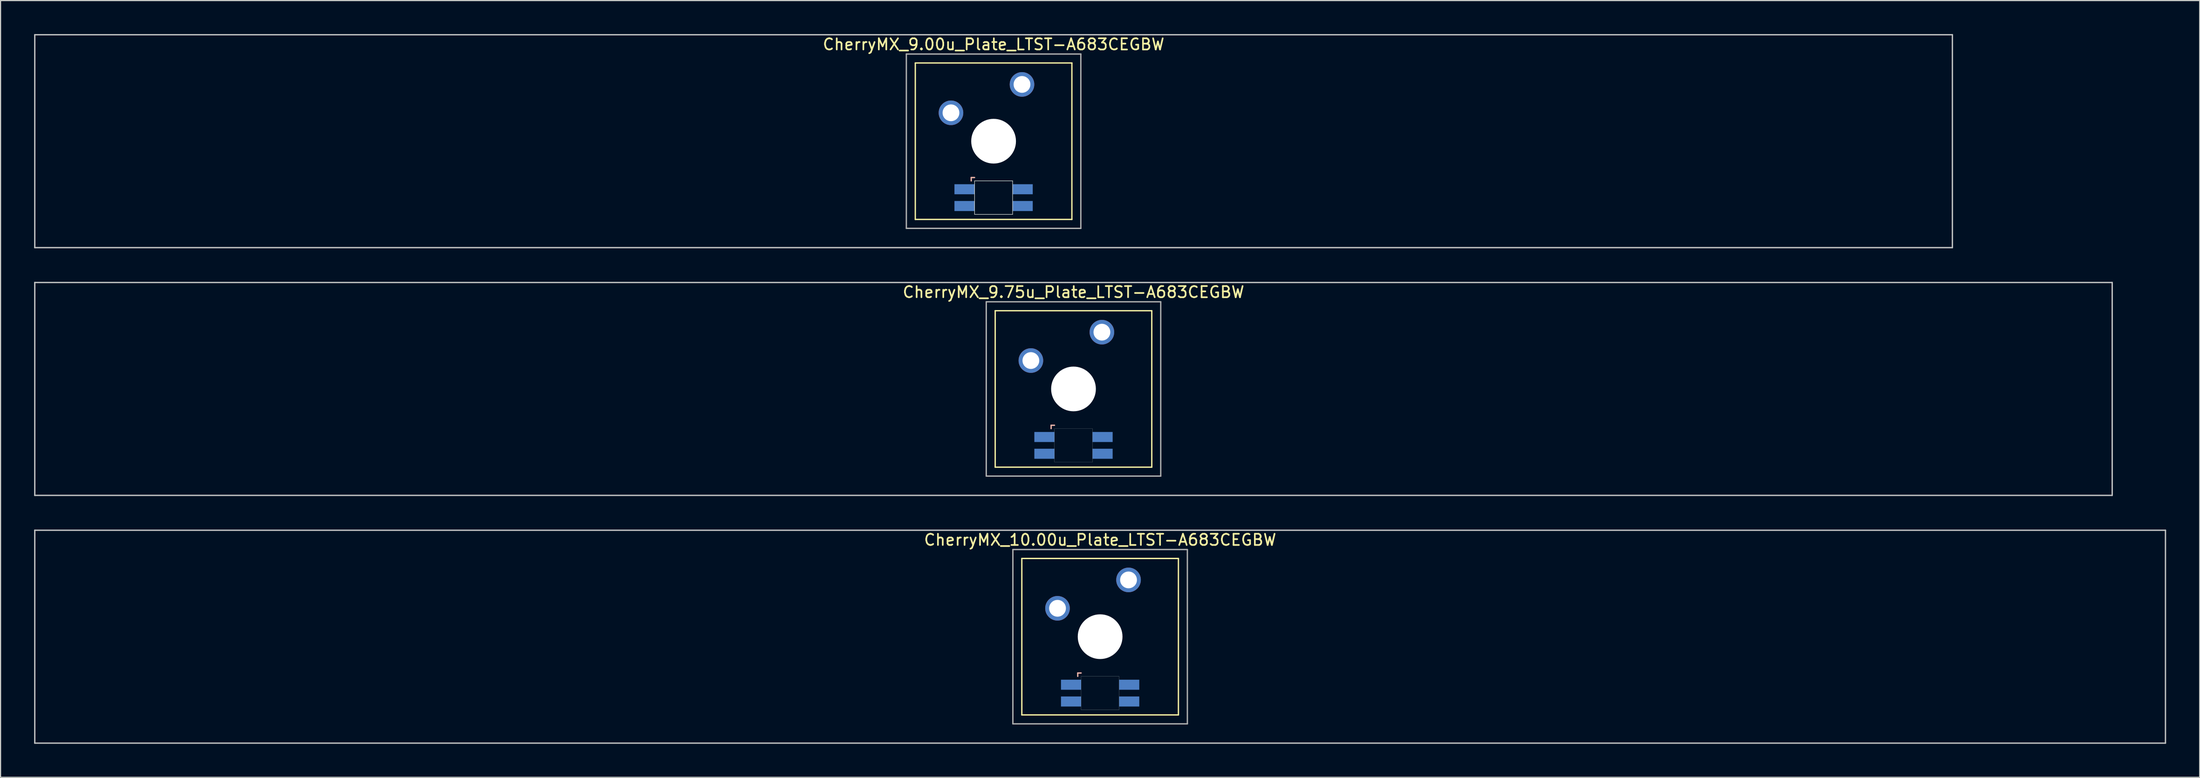
<source format=kicad_pcb>
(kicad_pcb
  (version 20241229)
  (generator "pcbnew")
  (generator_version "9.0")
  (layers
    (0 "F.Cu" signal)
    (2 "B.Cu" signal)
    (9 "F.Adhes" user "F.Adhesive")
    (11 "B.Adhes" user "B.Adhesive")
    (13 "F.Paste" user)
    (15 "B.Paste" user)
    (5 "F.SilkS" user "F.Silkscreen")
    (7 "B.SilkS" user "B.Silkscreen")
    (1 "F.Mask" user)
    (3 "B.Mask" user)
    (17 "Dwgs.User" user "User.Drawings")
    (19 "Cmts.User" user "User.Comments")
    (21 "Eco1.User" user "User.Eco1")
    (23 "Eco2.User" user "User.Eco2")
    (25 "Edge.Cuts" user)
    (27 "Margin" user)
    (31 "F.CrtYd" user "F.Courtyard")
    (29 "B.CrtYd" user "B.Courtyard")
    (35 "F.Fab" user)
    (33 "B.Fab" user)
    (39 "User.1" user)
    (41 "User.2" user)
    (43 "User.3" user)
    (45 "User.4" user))
  (footprint "CherryMX_9.75u_Plate_LTST-A683CEGBW"
    (layer "F.Cu")
    (at 92.929 31.755)
    (property "Reference" "CherryMX_9.75u_Plate_LTST-A683CEGBW" (at 0 -8.662 0) (layer "F.SilkS") (effects (font (size 1 1) (thickness 0.15))))
    (attr through_hole)
    (fp_line (start -7 -7) (end -7 7) (stroke (width 0.12) (type solid)) (layer "F.SilkS"))
    (fp_line (start -7 -7) (end 7 -7) (stroke (width 0.12) (type solid)) (layer "F.SilkS"))
    (fp_line (start 7 -7) (end 7 7) (stroke (width 0.12) (type solid)) (layer "F.SilkS"))
    (fp_line (start 7 7) (end -7 7) (stroke (width 0.12) (type solid)) (layer "F.SilkS"))
    (fp_line (start -2 3.25) (end -2 3.55) (stroke (width 0.12) (type solid)) (layer "B.SilkS"))
    (fp_line (start -1.7 3.25) (end -2 3.25) (stroke (width 0.12) (type solid)) (layer "B.SilkS"))
    (fp_line (start -92.869 -9.525) (end 92.869 -9.525) (stroke (width 0.12) (type solid)) (layer "Dwgs.User"))
    (fp_line (start -92.869 9.525) (end -92.869 -9.525) (stroke (width 0.12) (type solid)) (layer "Dwgs.User"))
    (fp_line (start 92.869 -9.525) (end 92.869 9.525) (stroke (width 0.12) (type solid)) (layer "Dwgs.User"))
    (fp_line (start 92.869 9.525) (end -92.869 9.525) (stroke (width 0.12) (type solid)) (layer "Dwgs.User"))
    (fp_poly (pts (xy 1.7 6.55) (xy -1.7 6.55) (xy -1.7 3.55) (xy 1.7 3.55)) (stroke (width 0.01) (type solid)) (fill no) (layer "Edge.Cuts"))
    (fp_line (start -7.8 -7.8) (end -7.8 7.8) (stroke (width 0.12) (type solid)) (layer "F.Fab"))
    (fp_line (start -7.8 -7.8) (end 7.8 -7.8) (stroke (width 0.12) (type solid)) (layer "F.Fab"))
    (fp_line (start -7.8 7.8) (end 7.8 7.8) (stroke (width 0.12) (type solid)) (layer "F.Fab"))
    (fp_line (start 7.8 -7.8) (end 7.8 7.8) (stroke (width 0.12) (type solid)) (layer "F.Fab"))
    (pad "" np_thru_hole circle (at 0 0) (size 4 4) (drill 4) (layers "*.Cu" "*.Mask"))
    (pad "1" thru_hole circle (at -3.81 -2.54) (size 2.2 2.2) (drill 1.5) (layers "*.Cu" "*.Mask"))
    (pad "2" thru_hole circle (at 2.54 -5.08) (size 2.2 2.2) (drill 1.5) (layers "*.Cu" "*.Mask"))
    (pad "3" smd rect (at -2.6 4.3) (size 1.8 0.9) (layers "B.Cu" "B.Mask" "B.Paste"))
    (pad "4" smd rect (at -2.6 5.8) (size 1.8 0.9) (layers "B.Cu" "B.Mask" "B.Paste"))
    (pad "5" smd rect (at 2.6 4.3) (size 1.8 0.9) (layers "B.Cu" "B.Mask" "B.Paste"))
    (pad "6" smd rect (at 2.6 5.8) (size 1.8 0.9) (layers "B.Cu" "B.Mask" "B.Paste")))
  (footprint "CherryMX_10.00u_Plate_LTST-A683CEGBW"
    (layer "F.Cu")
    (at 95.31 53.925)
    (property "Reference" "CherryMX_10.00u_Plate_LTST-A683CEGBW" (at 0 -8.662 0) (layer "F.SilkS") (effects (font (size 1 1) (thickness 0.15))))
    (attr through_hole)
    (fp_line (start -7 -7) (end -7 7) (stroke (width 0.12) (type solid)) (layer "F.SilkS"))
    (fp_line (start -7 -7) (end 7 -7) (stroke (width 0.12) (type solid)) (layer "F.SilkS"))
    (fp_line (start 7 -7) (end 7 7) (stroke (width 0.12) (type solid)) (layer "F.SilkS"))
    (fp_line (start 7 7) (end -7 7) (stroke (width 0.12) (type solid)) (layer "F.SilkS"))
    (fp_line (start -2 3.25) (end -2 3.55) (stroke (width 0.12) (type solid)) (layer "B.SilkS"))
    (fp_line (start -1.7 3.25) (end -2 3.25) (stroke (width 0.12) (type solid)) (layer "B.SilkS"))
    (fp_line (start -95.25 -9.525) (end 95.25 -9.525) (stroke (width 0.12) (type solid)) (layer "Dwgs.User"))
    (fp_line (start -95.25 9.525) (end -95.25 -9.525) (stroke (width 0.12) (type solid)) (layer "Dwgs.User"))
    (fp_line (start 95.25 -9.525) (end 95.25 9.525) (stroke (width 0.12) (type solid)) (layer "Dwgs.User"))
    (fp_line (start 95.25 9.525) (end -95.25 9.525) (stroke (width 0.12) (type solid)) (layer "Dwgs.User"))
    (fp_poly (pts (xy 1.7 6.55) (xy -1.7 6.55) (xy -1.7 3.55) (xy 1.7 3.55)) (stroke (width 0.01) (type solid)) (fill no) (layer "Edge.Cuts"))
    (fp_line (start -7.8 -7.8) (end -7.8 7.8) (stroke (width 0.12) (type solid)) (layer "F.Fab"))
    (fp_line (start -7.8 -7.8) (end 7.8 -7.8) (stroke (width 0.12) (type solid)) (layer "F.Fab"))
    (fp_line (start -7.8 7.8) (end 7.8 7.8) (stroke (width 0.12) (type solid)) (layer "F.Fab"))
    (fp_line (start 7.8 -7.8) (end 7.8 7.8) (stroke (width 0.12) (type solid)) (layer "F.Fab"))
    (pad "" np_thru_hole circle (at 0 0) (size 4 4) (drill 4) (layers "*.Cu" "*.Mask"))
    (pad "1" thru_hole circle (at -3.81 -2.54) (size 2.2 2.2) (drill 1.5) (layers "*.Cu" "*.Mask"))
    (pad "2" thru_hole circle (at 2.54 -5.08) (size 2.2 2.2) (drill 1.5) (layers "*.Cu" "*.Mask"))
    (pad "3" smd rect (at -2.6 4.3) (size 1.8 0.9) (layers "B.Cu" "B.Mask" "B.Paste"))
    (pad "4" smd rect (at -2.6 5.8) (size 1.8 0.9) (layers "B.Cu" "B.Mask" "B.Paste"))
    (pad "5" smd rect (at 2.6 4.3) (size 1.8 0.9) (layers "B.Cu" "B.Mask" "B.Paste"))
    (pad "6" smd rect (at 2.6 5.8) (size 1.8 0.9) (layers "B.Cu" "B.Mask" "B.Paste")))
  (footprint "CherryMX_9.00u_Plate_LTST-A683CEGBW"
    (layer "F.Cu")
    (at 85.785 9.585)
    (property "Reference" "CherryMX_9.00u_Plate_LTST-A683CEGBW" (at 0 -8.662 0) (layer "F.SilkS") (effects (font (size 1 1) (thickness 0.15))))
    (attr through_hole)
    (fp_line (start -7 -7) (end -7 7) (stroke (width 0.12) (type solid)) (layer "F.SilkS"))
    (fp_line (start -7 -7) (end 7 -7) (stroke (width 0.12) (type solid)) (layer "F.SilkS"))
    (fp_line (start 7 -7) (end 7 7) (stroke (width 0.12) (type solid)) (layer "F.SilkS"))
    (fp_line (start 7 7) (end -7 7) (stroke (width 0.12) (type solid)) (layer "F.SilkS"))
    (fp_line (start -2 3.25) (end -2 3.55) (stroke (width 0.12) (type solid)) (layer "B.SilkS"))
    (fp_line (start -1.7 3.25) (end -2 3.25) (stroke (width 0.12) (type solid)) (layer "B.SilkS"))
    (fp_line (start -85.725 -9.525) (end 85.725 -9.525) (stroke (width 0.12) (type solid)) (layer "Dwgs.User"))
    (fp_line (start -85.725 9.525) (end -85.725 -9.525) (stroke (width 0.12) (type solid)) (layer "Dwgs.User"))
    (fp_line (start 85.725 -9.525) (end 85.725 9.525) (stroke (width 0.12) (type solid)) (layer "Dwgs.User"))
    (fp_line (start 85.725 9.525) (end -85.725 9.525) (stroke (width 0.12) (type solid)) (layer "Dwgs.User"))
    (fp_line (start -1.7 3.55) (end 1.7 3.55) (stroke (width 0.05) (type solid)) (layer "Edge.Cuts"))
    (fp_line (start -1.7 6.55) (end -1.7 3.55) (stroke (width 0.05) (type solid)) (layer "Edge.Cuts"))
    (fp_line (start 1.7 3.55) (end 1.7 6.55) (stroke (width 0.05) (type solid)) (layer "Edge.Cuts"))
    (fp_line (start 1.7 6.55) (end -1.7 6.55) (stroke (width 0.05) (type solid)) (layer "Edge.Cuts"))
    (fp_line (start -7.8 -7.8) (end -7.8 7.8) (stroke (width 0.12) (type solid)) (layer "F.Fab"))
    (fp_line (start -7.8 -7.8) (end 7.8 -7.8) (stroke (width 0.12) (type solid)) (layer "F.Fab"))
    (fp_line (start -7.8 7.8) (end 7.8 7.8) (stroke (width 0.12) (type solid)) (layer "F.Fab"))
    (fp_line (start 7.8 -7.8) (end 7.8 7.8) (stroke (width 0.12) (type solid)) (layer "F.Fab"))
    (pad "" np_thru_hole circle (at 0 0) (size 4 4) (drill 4) (layers "*.Cu" "*.Mask"))
    (pad "1" thru_hole circle (at -3.81 -2.54) (size 2.2 2.2) (drill 1.5) (layers "*.Cu" "*.Mask"))
    (pad "2" thru_hole circle (at 2.54 -5.08) (size 2.2 2.2) (drill 1.5) (layers "*.Cu" "*.Mask"))
    (pad "3" smd rect (at -2.6 4.3) (size 1.8 0.9) (layers "B.Cu" "B.Mask" "B.Paste"))
    (pad "4" smd rect (at -2.6 5.8) (size 1.8 0.9) (layers "B.Cu" "B.Mask" "B.Paste"))
    (pad "5" smd rect (at 2.6 4.3) (size 1.8 0.9) (layers "B.Cu" "B.Mask" "B.Paste"))
    (pad "6" smd rect (at 2.6 5.8) (size 1.8 0.9) (layers "B.Cu" "B.Mask" "B.Paste")))
  (gr_rect
    (start -3 -3)
    (end 193.62 66.51)
    (stroke (width 0.1) (type default))
    (fill no)
    (layer "Edge.Cuts")))
</source>
